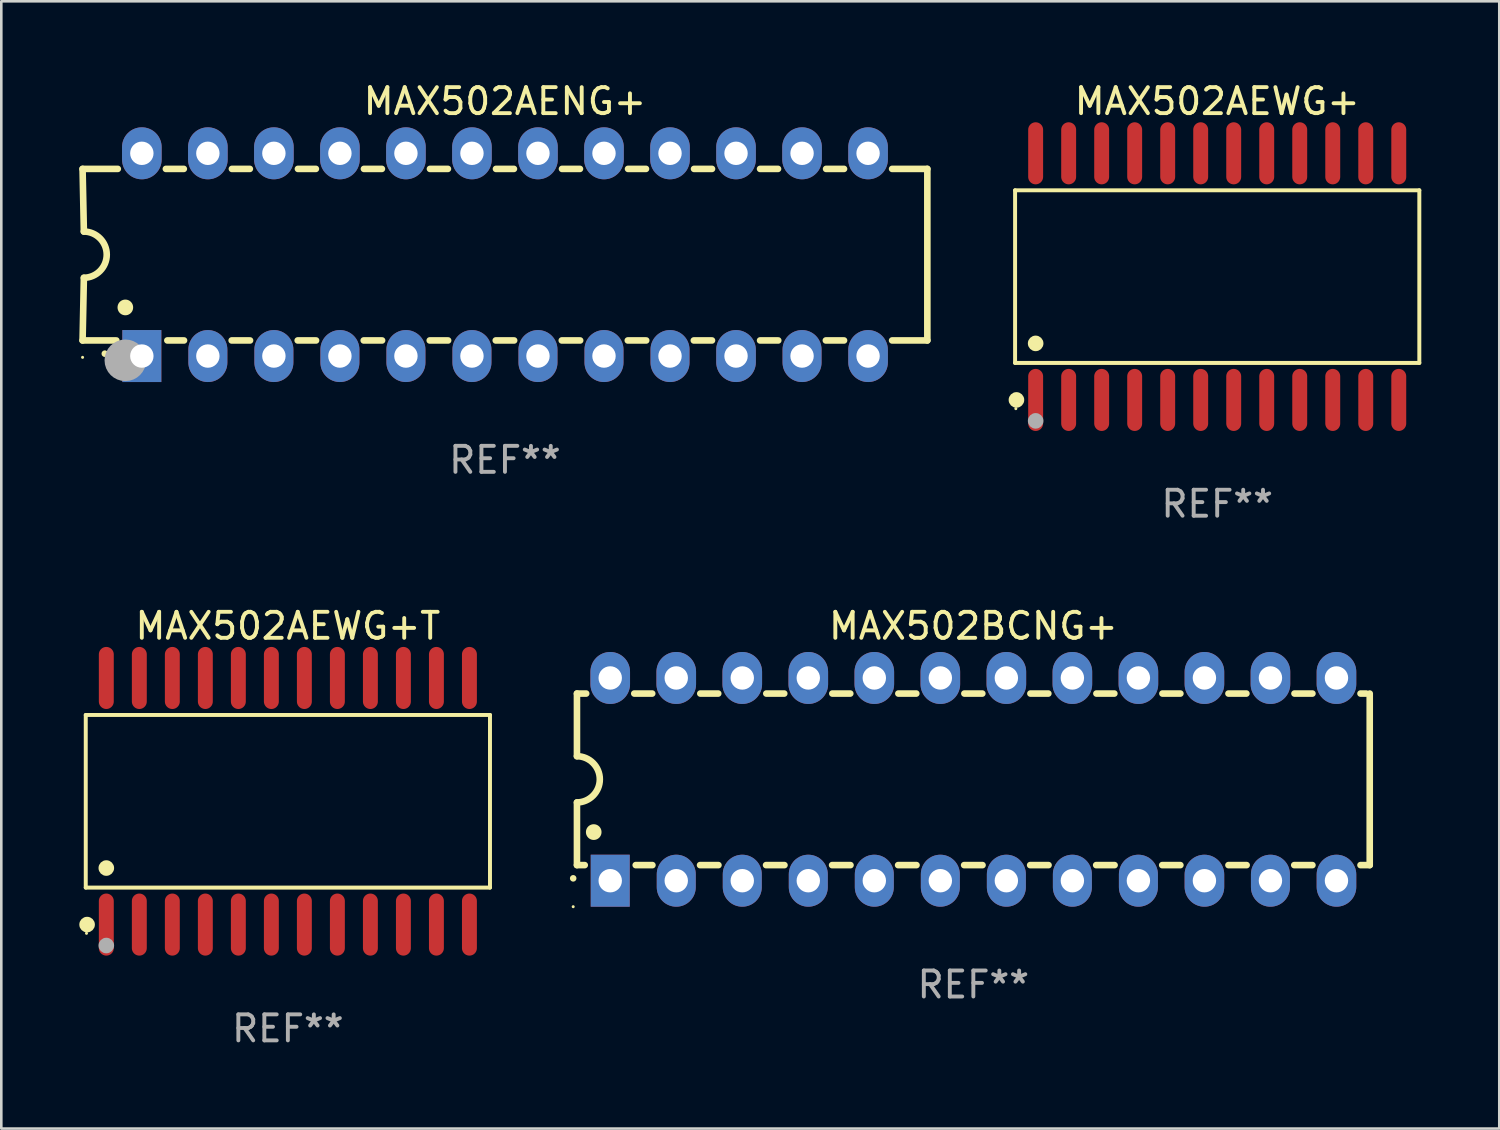
<source format=kicad_pcb>
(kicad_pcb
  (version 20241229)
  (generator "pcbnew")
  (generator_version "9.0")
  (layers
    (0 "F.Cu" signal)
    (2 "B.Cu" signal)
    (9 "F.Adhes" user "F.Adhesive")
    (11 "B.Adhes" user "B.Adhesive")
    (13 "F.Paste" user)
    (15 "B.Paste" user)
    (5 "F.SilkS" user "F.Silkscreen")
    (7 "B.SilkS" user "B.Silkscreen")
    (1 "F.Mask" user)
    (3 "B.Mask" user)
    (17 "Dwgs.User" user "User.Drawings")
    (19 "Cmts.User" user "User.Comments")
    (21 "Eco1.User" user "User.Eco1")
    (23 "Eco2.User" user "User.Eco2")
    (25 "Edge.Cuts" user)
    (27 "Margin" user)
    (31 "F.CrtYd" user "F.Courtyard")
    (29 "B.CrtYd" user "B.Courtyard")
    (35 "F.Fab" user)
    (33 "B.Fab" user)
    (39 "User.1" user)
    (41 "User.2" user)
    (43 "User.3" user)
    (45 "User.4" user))
  (footprint "MAX502AEWG+T"
    (layer "F.Cu")
    (at 8.025 27.777)
    (property "Reference" "MAX502AEWG+T" (at 0 -6.744 0) (layer "F.SilkS") (effects (font (size 1 1) (thickness 0.15))))
    (attr through_hole)
    (fp_line (start -7.776 -3.321) (end 7.776 -3.321) (stroke (width 0.152) (type solid)) (layer "F.SilkS"))
    (fp_line (start -7.776 3.321) (end -7.776 -3.321) (stroke (width 0.152) (type solid)) (layer "F.SilkS"))
    (fp_line (start 7.776 -3.321) (end 7.776 3.321) (stroke (width 0.152) (type solid)) (layer "F.SilkS"))
    (fp_line (start 7.776 3.321) (end -7.776 3.321) (stroke (width 0.152) (type solid)) (layer "F.SilkS"))
    (fp_circle (center -7.747 5.08) (end -7.717 5.08) (stroke (width 0.06) (type solid)) (fill no) (layer "F.SilkS"))
    (fp_circle (center -7.724 4.744) (end -7.574 4.744) (stroke (width 0.3) (type solid)) (fill no) (layer "F.SilkS"))
    (fp_circle (center -6.985 2.569) (end -6.835 2.569) (stroke (width 0.3) (type solid)) (fill no) (layer "F.SilkS"))
    (fp_circle (center -6.985 5.55) (end -6.835 5.55) (stroke (width 0.3) (type solid)) (fill no) (layer "F.Fab"))
    (fp_text user "REF**" (at 0 8.744 0) (layer "F.Fab") (effects (font (size 1 1) (thickness 0.15))))
    (pad "1" smd oval (at -6.985 4.744) (size 0.574 2.388) (layers "F.Cu" "F.Mask" "F.Paste"))
    (pad "2" smd oval (at -5.715 4.744) (size 0.574 2.388) (layers "F.Cu" "F.Mask" "F.Paste"))
    (pad "3" smd oval (at -4.445 4.744) (size 0.574 2.388) (layers "F.Cu" "F.Mask" "F.Paste"))
    (pad "4" smd oval (at -3.175 4.744) (size 0.574 2.388) (layers "F.Cu" "F.Mask" "F.Paste"))
    (pad "5" smd oval (at -1.905 4.744) (size 0.574 2.388) (layers "F.Cu" "F.Mask" "F.Paste"))
    (pad "6" smd oval (at -0.635 4.744) (size 0.574 2.388) (layers "F.Cu" "F.Mask" "F.Paste"))
    (pad "7" smd oval (at 0.635 4.744) (size 0.574 2.388) (layers "F.Cu" "F.Mask" "F.Paste"))
    (pad "8" smd oval (at 1.905 4.744) (size 0.574 2.388) (layers "F.Cu" "F.Mask" "F.Paste"))
    (pad "9" smd oval (at 3.175 4.744) (size 0.574 2.388) (layers "F.Cu" "F.Mask" "F.Paste"))
    (pad "10" smd oval (at 4.445 4.744) (size 0.574 2.388) (layers "F.Cu" "F.Mask" "F.Paste"))
    (pad "11" smd oval (at 5.715 4.744) (size 0.574 2.388) (layers "F.Cu" "F.Mask" "F.Paste"))
    (pad "12" smd oval (at 6.985 4.744) (size 0.574 2.388) (layers "F.Cu" "F.Mask" "F.Paste"))
    (pad "13" smd oval (at 6.985 -4.744) (size 0.574 2.388) (layers "F.Cu" "F.Mask" "F.Paste"))
    (pad "14" smd oval (at 5.715 -4.744) (size 0.574 2.388) (layers "F.Cu" "F.Mask" "F.Paste"))
    (pad "15" smd oval (at 4.445 -4.744) (size 0.574 2.388) (layers "F.Cu" "F.Mask" "F.Paste"))
    (pad "16" smd oval (at 3.175 -4.744) (size 0.574 2.388) (layers "F.Cu" "F.Mask" "F.Paste"))
    (pad "17" smd oval (at 1.905 -4.744) (size 0.574 2.388) (layers "F.Cu" "F.Mask" "F.Paste"))
    (pad "18" smd oval (at 0.635 -4.744) (size 0.574 2.388) (layers "F.Cu" "F.Mask" "F.Paste"))
    (pad "19" smd oval (at -0.635 -4.744) (size 0.574 2.388) (layers "F.Cu" "F.Mask" "F.Paste"))
    (pad "20" smd oval (at -1.905 -4.744) (size 0.574 2.388) (layers "F.Cu" "F.Mask" "F.Paste"))
    (pad "21" smd oval (at -3.175 -4.744) (size 0.574 2.388) (layers "F.Cu" "F.Mask" "F.Paste"))
    (pad "22" smd oval (at -4.445 -4.744) (size 0.574 2.388) (layers "F.Cu" "F.Mask" "F.Paste"))
    (pad "23" smd oval (at -5.715 -4.744) (size 0.574 2.388) (layers "F.Cu" "F.Mask" "F.Paste"))
    (pad "24" smd oval (at -6.985 -4.744) (size 0.574 2.388) (layers "F.Cu" "F.Mask" "F.Paste")))
  (footprint "MAX502AEWG+"
    (layer "F.Cu")
    (at 43.779 7.592)
    (property "Reference" "MAX502AEWG+" (at 0 -6.744 0) (layer "F.SilkS") (effects (font (size 1 1) (thickness 0.15))))
    (attr through_hole)
    (fp_line (start -7.776 -3.321) (end 7.776 -3.321) (stroke (width 0.152) (type solid)) (layer "F.SilkS"))
    (fp_line (start -7.776 3.321) (end -7.776 -3.321) (stroke (width 0.152) (type solid)) (layer "F.SilkS"))
    (fp_line (start 7.776 -3.321) (end 7.776 3.321) (stroke (width 0.152) (type solid)) (layer "F.SilkS"))
    (fp_line (start 7.776 3.321) (end -7.776 3.321) (stroke (width 0.152) (type solid)) (layer "F.SilkS"))
    (fp_circle (center -7.747 5.08) (end -7.717 5.08) (stroke (width 0.06) (type solid)) (fill no) (layer "F.SilkS"))
    (fp_circle (center -7.724 4.744) (end -7.574 4.744) (stroke (width 0.3) (type solid)) (fill no) (layer "F.SilkS"))
    (fp_circle (center -6.985 2.569) (end -6.835 2.569) (stroke (width 0.3) (type solid)) (fill no) (layer "F.SilkS"))
    (fp_circle (center -6.985 5.55) (end -6.835 5.55) (stroke (width 0.3) (type solid)) (fill no) (layer "F.Fab"))
    (fp_text user "REF**" (at 0 8.744 0) (layer "F.Fab") (effects (font (size 1 1) (thickness 0.15))))
    (pad "1" smd oval (at -6.985 4.744) (size 0.574 2.388) (layers "F.Cu" "F.Mask" "F.Paste"))
    (pad "2" smd oval (at -5.715 4.744) (size 0.574 2.388) (layers "F.Cu" "F.Mask" "F.Paste"))
    (pad "3" smd oval (at -4.445 4.744) (size 0.574 2.388) (layers "F.Cu" "F.Mask" "F.Paste"))
    (pad "4" smd oval (at -3.175 4.744) (size 0.574 2.388) (layers "F.Cu" "F.Mask" "F.Paste"))
    (pad "5" smd oval (at -1.905 4.744) (size 0.574 2.388) (layers "F.Cu" "F.Mask" "F.Paste"))
    (pad "6" smd oval (at -0.635 4.744) (size 0.574 2.388) (layers "F.Cu" "F.Mask" "F.Paste"))
    (pad "7" smd oval (at 0.635 4.744) (size 0.574 2.388) (layers "F.Cu" "F.Mask" "F.Paste"))
    (pad "8" smd oval (at 1.905 4.744) (size 0.574 2.388) (layers "F.Cu" "F.Mask" "F.Paste"))
    (pad "9" smd oval (at 3.175 4.744) (size 0.574 2.388) (layers "F.Cu" "F.Mask" "F.Paste"))
    (pad "10" smd oval (at 4.445 4.744) (size 0.574 2.388) (layers "F.Cu" "F.Mask" "F.Paste"))
    (pad "11" smd oval (at 5.715 4.744) (size 0.574 2.388) (layers "F.Cu" "F.Mask" "F.Paste"))
    (pad "12" smd oval (at 6.985 4.744) (size 0.574 2.388) (layers "F.Cu" "F.Mask" "F.Paste"))
    (pad "13" smd oval (at 6.985 -4.744) (size 0.574 2.388) (layers "F.Cu" "F.Mask" "F.Paste"))
    (pad "14" smd oval (at 5.715 -4.744) (size 0.574 2.388) (layers "F.Cu" "F.Mask" "F.Paste"))
    (pad "15" smd oval (at 4.445 -4.744) (size 0.574 2.388) (layers "F.Cu" "F.Mask" "F.Paste"))
    (pad "16" smd oval (at 3.175 -4.744) (size 0.574 2.388) (layers "F.Cu" "F.Mask" "F.Paste"))
    (pad "17" smd oval (at 1.905 -4.744) (size 0.574 2.388) (layers "F.Cu" "F.Mask" "F.Paste"))
    (pad "18" smd oval (at 0.635 -4.744) (size 0.574 2.388) (layers "F.Cu" "F.Mask" "F.Paste"))
    (pad "19" smd oval (at -0.635 -4.744) (size 0.574 2.388) (layers "F.Cu" "F.Mask" "F.Paste"))
    (pad "20" smd oval (at -1.905 -4.744) (size 0.574 2.388) (layers "F.Cu" "F.Mask" "F.Paste"))
    (pad "21" smd oval (at -3.175 -4.744) (size 0.574 2.388) (layers "F.Cu" "F.Mask" "F.Paste"))
    (pad "22" smd oval (at -4.445 -4.744) (size 0.574 2.388) (layers "F.Cu" "F.Mask" "F.Paste"))
    (pad "23" smd oval (at -5.715 -4.744) (size 0.574 2.388) (layers "F.Cu" "F.Mask" "F.Paste"))
    (pad "24" smd oval (at -6.985 -4.744) (size 0.574 2.388) (layers "F.Cu" "F.Mask" "F.Paste")))
  (footprint "MAX502AENG+"
    (layer "F.Cu")
    (at 16.377 6.748)
    (property "Reference" "MAX502AENG+" (at 0 -5.9 0) (layer "F.SilkS") (effects (font (size 1 1) (thickness 0.15))))
    (attr through_hole)
    (fp_line (start -16.25 -3.3) (end -16.2 -0.889) (stroke (width 0.254) (type solid)) (layer "F.SilkS"))
    (fp_line (start -16.25 -3.3) (end -14.895 -3.3) (stroke (width 0.254) (type solid)) (layer "F.SilkS"))
    (fp_line (start -16.25 3.3) (end -16.2 0.889) (stroke (width 0.254) (type solid)) (layer "F.SilkS"))
    (fp_line (start -16.25 3.3) (end -14.951 3.3) (stroke (width 0.254) (type solid)) (layer "F.SilkS"))
    (fp_line (start -13.045 -3.3) (end -12.355 -3.3) (stroke (width 0.254) (type solid)) (layer "F.SilkS"))
    (fp_line (start -12.989 3.3) (end -12.347 3.3) (stroke (width 0.254) (type solid)) (layer "F.SilkS"))
    (fp_line (start -10.514 3.3) (end -9.807 3.3) (stroke (width 0.254) (type solid)) (layer "F.SilkS"))
    (fp_line (start -10.505 -3.3) (end -9.815 -3.3) (stroke (width 0.254) (type solid)) (layer "F.SilkS"))
    (fp_line (start -7.974 3.3) (end -7.267 3.3) (stroke (width 0.254) (type solid)) (layer "F.SilkS"))
    (fp_line (start -7.965 -3.3) (end -7.275 -3.3) (stroke (width 0.254) (type solid)) (layer "F.SilkS"))
    (fp_line (start -5.434 3.3) (end -4.727 3.3) (stroke (width 0.254) (type solid)) (layer "F.SilkS"))
    (fp_line (start -5.425 -3.3) (end -4.735 -3.3) (stroke (width 0.254) (type solid)) (layer "F.SilkS"))
    (fp_line (start -2.894 3.3) (end -2.187 3.3) (stroke (width 0.254) (type solid)) (layer "F.SilkS"))
    (fp_line (start -2.885 -3.3) (end -2.195 -3.3) (stroke (width 0.254) (type solid)) (layer "F.SilkS"))
    (fp_line (start -0.354 3.3) (end 0.353 3.3) (stroke (width 0.254) (type solid)) (layer "F.SilkS"))
    (fp_line (start -0.345 -3.3) (end 0.345 -3.3) (stroke (width 0.254) (type solid)) (layer "F.SilkS"))
    (fp_line (start 2.186 3.3) (end 2.893 3.3) (stroke (width 0.254) (type solid)) (layer "F.SilkS"))
    (fp_line (start 2.195 -3.3) (end 2.885 -3.3) (stroke (width 0.254) (type solid)) (layer "F.SilkS"))
    (fp_line (start 4.726 3.3) (end 5.434 3.3) (stroke (width 0.254) (type solid)) (layer "F.SilkS"))
    (fp_line (start 4.735 -3.3) (end 5.425 -3.3) (stroke (width 0.254) (type solid)) (layer "F.SilkS"))
    (fp_line (start 7.266 3.3) (end 7.965 3.3) (stroke (width 0.254) (type solid)) (layer "F.SilkS"))
    (fp_line (start 7.275 -3.3) (end 7.965 -3.3) (stroke (width 0.254) (type solid)) (layer "F.SilkS"))
    (fp_line (start 9.815 -3.3) (end 10.505 -3.3) (stroke (width 0.254) (type solid)) (layer "F.SilkS"))
    (fp_line (start 9.815 3.3) (end 10.514 3.3) (stroke (width 0.254) (type solid)) (layer "F.SilkS"))
    (fp_line (start 12.346 3.3) (end 13.045 3.3) (stroke (width 0.254) (type solid)) (layer "F.SilkS"))
    (fp_line (start 12.355 -3.3) (end 13.045 -3.3) (stroke (width 0.254) (type solid)) (layer "F.SilkS"))
    (fp_line (start 16.25 -3.3) (end 14.895 -3.3) (stroke (width 0.254) (type solid)) (layer "F.SilkS"))
    (fp_line (start 16.25 -3.3) (end 16.25 3.3) (stroke (width 0.254) (type solid)) (layer "F.SilkS"))
    (fp_line (start 16.25 3.3) (end 14.895 3.3) (stroke (width 0.254) (type solid)) (layer "F.SilkS"))
    (fp_arc (start -16.201016 -0.890146) (mid -15.311429 -0.001055) (end -16.200025 0.889027) (stroke (width 0.254001) (type solid)) (layer "F.SilkS"))
    (fp_arc (start -15.394971 3.810033) (mid -15.394978 3.808763) (end -15.394971 3.807493) (stroke (width 0.25) (type solid)) (layer "F.SilkS"))
    (fp_arc (start -14.605029 2.032029) (mid -14.60504 2.029489) (end -14.605029 2.026949) (stroke (width 0.6) (type solid)) (layer "F.SilkS"))
    (fp_circle (center -16.25 3.95) (end -16.22 3.95) (stroke (width 0.06) (type solid)) (fill no) (layer "F.SilkS"))
    (fp_circle (center -14.605 4.064) (end -14.205 4.064) (stroke (width 0.8) (type solid)) (fill no) (layer "F.Fab"))
    (fp_text user "REF**" (at 0 7.9 0) (layer "F.Fab") (effects (font (size 1 1) (thickness 0.15))))
    (pad "1" thru_hole rect (at -13.97 3.9 90) (size 2 1.5) (drill 0.9) (layers "*.Cu" "*.Mask"))
    (pad "2" thru_hole oval (at -11.43 3.9 90) (size 2 1.5) (drill 0.9) (layers "*.Cu" "*.Mask"))
    (pad "3" thru_hole oval (at -8.89 3.9 90) (size 2 1.5) (drill 0.9) (layers "*.Cu" "*.Mask"))
    (pad "4" thru_hole oval (at -6.35 3.9 90) (size 2 1.5) (drill 0.9) (layers "*.Cu" "*.Mask"))
    (pad "5" thru_hole oval (at -3.81 3.9 90) (size 2 1.5) (drill 0.9) (layers "*.Cu" "*.Mask"))
    (pad "6" thru_hole oval (at -1.27 3.9 90) (size 2 1.5) (drill 0.9) (layers "*.Cu" "*.Mask"))
    (pad "7" thru_hole oval (at 1.27 3.9 90) (size 2 1.5) (drill 0.9) (layers "*.Cu" "*.Mask"))
    (pad "8" thru_hole oval (at 3.81 3.9 90) (size 2 1.5) (drill 0.9) (layers "*.Cu" "*.Mask"))
    (pad "9" thru_hole oval (at 6.35 3.9 90) (size 2 1.5) (drill 0.9) (layers "*.Cu" "*.Mask"))
    (pad "10" thru_hole oval (at 8.89 3.9 90) (size 2 1.524) (drill 0.9) (layers "*.Cu" "*.Mask"))
    (pad "11" thru_hole oval (at 11.43 3.9 90) (size 2 1.5) (drill 0.9) (layers "*.Cu" "*.Mask"))
    (pad "12" thru_hole oval (at 13.97 3.9 90) (size 2 1.524) (drill 0.9) (layers "*.Cu" "*.Mask"))
    (pad "13" thru_hole oval (at 13.97 -3.9 90) (size 2 1.524) (drill 0.9) (layers "*.Cu" "*.Mask"))
    (pad "14" thru_hole oval (at 11.43 -3.9 90) (size 2 1.524) (drill 0.9) (layers "*.Cu" "*.Mask"))
    (pad "15" thru_hole oval (at 8.89 -3.9 90) (size 2 1.524) (drill 0.9) (layers "*.Cu" "*.Mask"))
    (pad "16" thru_hole oval (at 6.35 -3.9 90) (size 2 1.524) (drill 0.9) (layers "*.Cu" "*.Mask"))
    (pad "17" thru_hole oval (at 3.81 -3.9 90) (size 2 1.524) (drill 0.9) (layers "*.Cu" "*.Mask"))
    (pad "18" thru_hole oval (at 1.27 -3.9 90) (size 2 1.524) (drill 0.9) (layers "*.Cu" "*.Mask"))
    (pad "19" thru_hole oval (at -1.27 -3.9 90) (size 2 1.524) (drill 0.9) (layers "*.Cu" "*.Mask"))
    (pad "20" thru_hole oval (at -3.81 -3.9 90) (size 2 1.524) (drill 0.9) (layers "*.Cu" "*.Mask"))
    (pad "21" thru_hole oval (at -6.35 -3.9 90) (size 2 1.524) (drill 0.9) (layers "*.Cu" "*.Mask"))
    (pad "22" thru_hole oval (at -8.89 -3.9 90) (size 2 1.524) (drill 0.9) (layers "*.Cu" "*.Mask"))
    (pad "23" thru_hole oval (at -11.43 -3.9 90) (size 2 1.524) (drill 0.9) (layers "*.Cu" "*.Mask"))
    (pad "24" thru_hole oval (at -13.97 -3.9 90) (size 2 1.524) (drill 0.9) (layers "*.Cu" "*.Mask")))
  (footprint "MAX502BCNG+"
    (layer "F.Cu")
    (at 34.397 26.933)
    (property "Reference" "MAX502BCNG+" (at 0 -5.9 0) (layer "F.SilkS") (effects (font (size 1 1) (thickness 0.15))))
    (attr through_hole)
    (fp_line (start -15.25 -3.3) (end -15.25 -0.889) (stroke (width 0.254) (type solid)) (layer "F.SilkS"))
    (fp_line (start -15.25 -3.3) (end -14.895 -3.3) (stroke (width 0.254) (type solid)) (layer "F.SilkS"))
    (fp_line (start -15.25 3.3) (end -15.25 0.889) (stroke (width 0.254) (type solid)) (layer "F.SilkS"))
    (fp_line (start -15.25 3.3) (end -14.951 3.3) (stroke (width 0.254) (type solid)) (layer "F.SilkS"))
    (fp_line (start -13.045 -3.3) (end -12.355 -3.3) (stroke (width 0.254) (type solid)) (layer "F.SilkS"))
    (fp_line (start -12.989 3.3) (end -12.347 3.3) (stroke (width 0.254) (type solid)) (layer "F.SilkS"))
    (fp_line (start -10.514 3.3) (end -9.807 3.3) (stroke (width 0.254) (type solid)) (layer "F.SilkS"))
    (fp_line (start -10.505 -3.3) (end -9.815 -3.3) (stroke (width 0.254) (type solid)) (layer "F.SilkS"))
    (fp_line (start -7.974 3.3) (end -7.267 3.3) (stroke (width 0.254) (type solid)) (layer "F.SilkS"))
    (fp_line (start -7.965 -3.3) (end -7.275 -3.3) (stroke (width 0.254) (type solid)) (layer "F.SilkS"))
    (fp_line (start -5.434 3.3) (end -4.727 3.3) (stroke (width 0.254) (type solid)) (layer "F.SilkS"))
    (fp_line (start -5.425 -3.3) (end -4.735 -3.3) (stroke (width 0.254) (type solid)) (layer "F.SilkS"))
    (fp_line (start -2.894 3.3) (end -2.187 3.3) (stroke (width 0.254) (type solid)) (layer "F.SilkS"))
    (fp_line (start -2.885 -3.3) (end -2.195 -3.3) (stroke (width 0.254) (type solid)) (layer "F.SilkS"))
    (fp_line (start -0.354 3.3) (end 0.353 3.3) (stroke (width 0.254) (type solid)) (layer "F.SilkS"))
    (fp_line (start -0.345 -3.3) (end 0.345 -3.3) (stroke (width 0.254) (type solid)) (layer "F.SilkS"))
    (fp_line (start 2.186 3.3) (end 2.893 3.3) (stroke (width 0.254) (type solid)) (layer "F.SilkS"))
    (fp_line (start 2.195 -3.3) (end 2.885 -3.3) (stroke (width 0.254) (type solid)) (layer "F.SilkS"))
    (fp_line (start 4.726 3.3) (end 5.434 3.3) (stroke (width 0.254) (type solid)) (layer "F.SilkS"))
    (fp_line (start 4.735 -3.3) (end 5.425 -3.3) (stroke (width 0.254) (type solid)) (layer "F.SilkS"))
    (fp_line (start 7.266 3.3) (end 7.965 3.3) (stroke (width 0.254) (type solid)) (layer "F.SilkS"))
    (fp_line (start 7.275 -3.3) (end 7.965 -3.3) (stroke (width 0.254) (type solid)) (layer "F.SilkS"))
    (fp_line (start 9.815 -3.3) (end 10.505 -3.3) (stroke (width 0.254) (type solid)) (layer "F.SilkS"))
    (fp_line (start 9.815 3.3) (end 10.514 3.3) (stroke (width 0.254) (type solid)) (layer "F.SilkS"))
    (fp_line (start 12.346 3.3) (end 13.045 3.3) (stroke (width 0.254) (type solid)) (layer "F.SilkS"))
    (fp_line (start 12.355 -3.3) (end 13.045 -3.3) (stroke (width 0.254) (type solid)) (layer "F.SilkS"))
    (fp_line (start 14.895 -3.3) (end 15.113 -3.3) (stroke (width 0.254) (type solid)) (layer "F.SilkS"))
    (fp_line (start 14.895 3.3) (end 15.25 3.3) (stroke (width 0.254) (type solid)) (layer "F.SilkS"))
    (fp_line (start 15.25 -3.3) (end 15.25 3.3) (stroke (width 0.254) (type solid)) (layer "F.SilkS"))
    (fp_arc (start -15.394971 3.810033) (mid -15.394978 3.808763) (end -15.394971 3.807493) (stroke (width 0.25) (type solid)) (layer "F.SilkS"))
    (fp_arc (start -15.251053 -0.890146) (mid -14.361467 -0.001067) (end -15.250038 0.889027) (stroke (width 0.254001) (type solid)) (layer "F.SilkS"))
    (fp_arc (start -14.605029 2.032029) (mid -14.60504 2.029489) (end -14.605029 2.026949) (stroke (width 0.6) (type solid)) (layer "F.SilkS"))
    (fp_circle (center -15.395 4.9) (end -15.365 4.9) (stroke (width 0.06) (type solid)) (fill no) (layer "F.SilkS"))
    (fp_text user "REF**" (at 0 7.9 0) (layer "F.Fab") (effects (font (size 1 1) (thickness 0.15))))
    (pad "1" thru_hole rect (at -13.97 3.9 90) (size 2 1.5) (drill 0.9) (layers "*.Cu" "*.Mask"))
    (pad "2" thru_hole oval (at -11.43 3.9 90) (size 2 1.5) (drill 0.9) (layers "*.Cu" "*.Mask"))
    (pad "3" thru_hole oval (at -8.89 3.9 90) (size 2 1.5) (drill 0.9) (layers "*.Cu" "*.Mask"))
    (pad "4" thru_hole oval (at -6.35 3.9 90) (size 2 1.5) (drill 0.9) (layers "*.Cu" "*.Mask"))
    (pad "5" thru_hole oval (at -3.81 3.9 90) (size 2 1.5) (drill 0.9) (layers "*.Cu" "*.Mask"))
    (pad "6" thru_hole oval (at -1.27 3.9 90) (size 2 1.5) (drill 0.9) (layers "*.Cu" "*.Mask"))
    (pad "7" thru_hole oval (at 1.27 3.9 90) (size 2 1.5) (drill 0.9) (layers "*.Cu" "*.Mask"))
    (pad "8" thru_hole oval (at 3.81 3.9 90) (size 2 1.5) (drill 0.9) (layers "*.Cu" "*.Mask"))
    (pad "9" thru_hole oval (at 6.35 3.9 90) (size 2 1.5) (drill 0.9) (layers "*.Cu" "*.Mask"))
    (pad "10" thru_hole oval (at 8.89 3.9 90) (size 2 1.524) (drill 0.9) (layers "*.Cu" "*.Mask"))
    (pad "11" thru_hole oval (at 11.43 3.9 90) (size 2 1.5) (drill 0.9) (layers "*.Cu" "*.Mask"))
    (pad "12" thru_hole oval (at 13.97 3.9 90) (size 2 1.524) (drill 0.9) (layers "*.Cu" "*.Mask"))
    (pad "13" thru_hole oval (at 13.97 -3.9 90) (size 2 1.524) (drill 0.9) (layers "*.Cu" "*.Mask"))
    (pad "14" thru_hole oval (at 11.43 -3.9 90) (size 2 1.524) (drill 0.9) (layers "*.Cu" "*.Mask"))
    (pad "15" thru_hole oval (at 8.89 -3.9 90) (size 2 1.524) (drill 0.9) (layers "*.Cu" "*.Mask"))
    (pad "16" thru_hole oval (at 6.35 -3.9 90) (size 2 1.524) (drill 0.9) (layers "*.Cu" "*.Mask"))
    (pad "17" thru_hole oval (at 3.81 -3.9 90) (size 2 1.524) (drill 0.9) (layers "*.Cu" "*.Mask"))
    (pad "18" thru_hole oval (at 1.27 -3.9 90) (size 2 1.524) (drill 0.9) (layers "*.Cu" "*.Mask"))
    (pad "19" thru_hole oval (at -1.27 -3.9 90) (size 2 1.524) (drill 0.9) (layers "*.Cu" "*.Mask"))
    (pad "20" thru_hole oval (at -3.81 -3.9 90) (size 2 1.524) (drill 0.9) (layers "*.Cu" "*.Mask"))
    (pad "21" thru_hole oval (at -6.35 -3.9 90) (size 2 1.524) (drill 0.9) (layers "*.Cu" "*.Mask"))
    (pad "22" thru_hole oval (at -8.89 -3.9 90) (size 2 1.524) (drill 0.9) (layers "*.Cu" "*.Mask"))
    (pad "23" thru_hole oval (at -11.43 -3.9 90) (size 2 1.524) (drill 0.9) (layers "*.Cu" "*.Mask"))
    (pad "24" thru_hole oval (at -13.97 -3.9 90) (size 2 1.524) (drill 0.9) (layers "*.Cu" "*.Mask")))
  (gr_rect
    (start -3 -3)
    (end 54.631 40.369)
    (stroke (width 0.1) (type default))
    (fill no)
    (layer "Edge.Cuts")))
</source>
